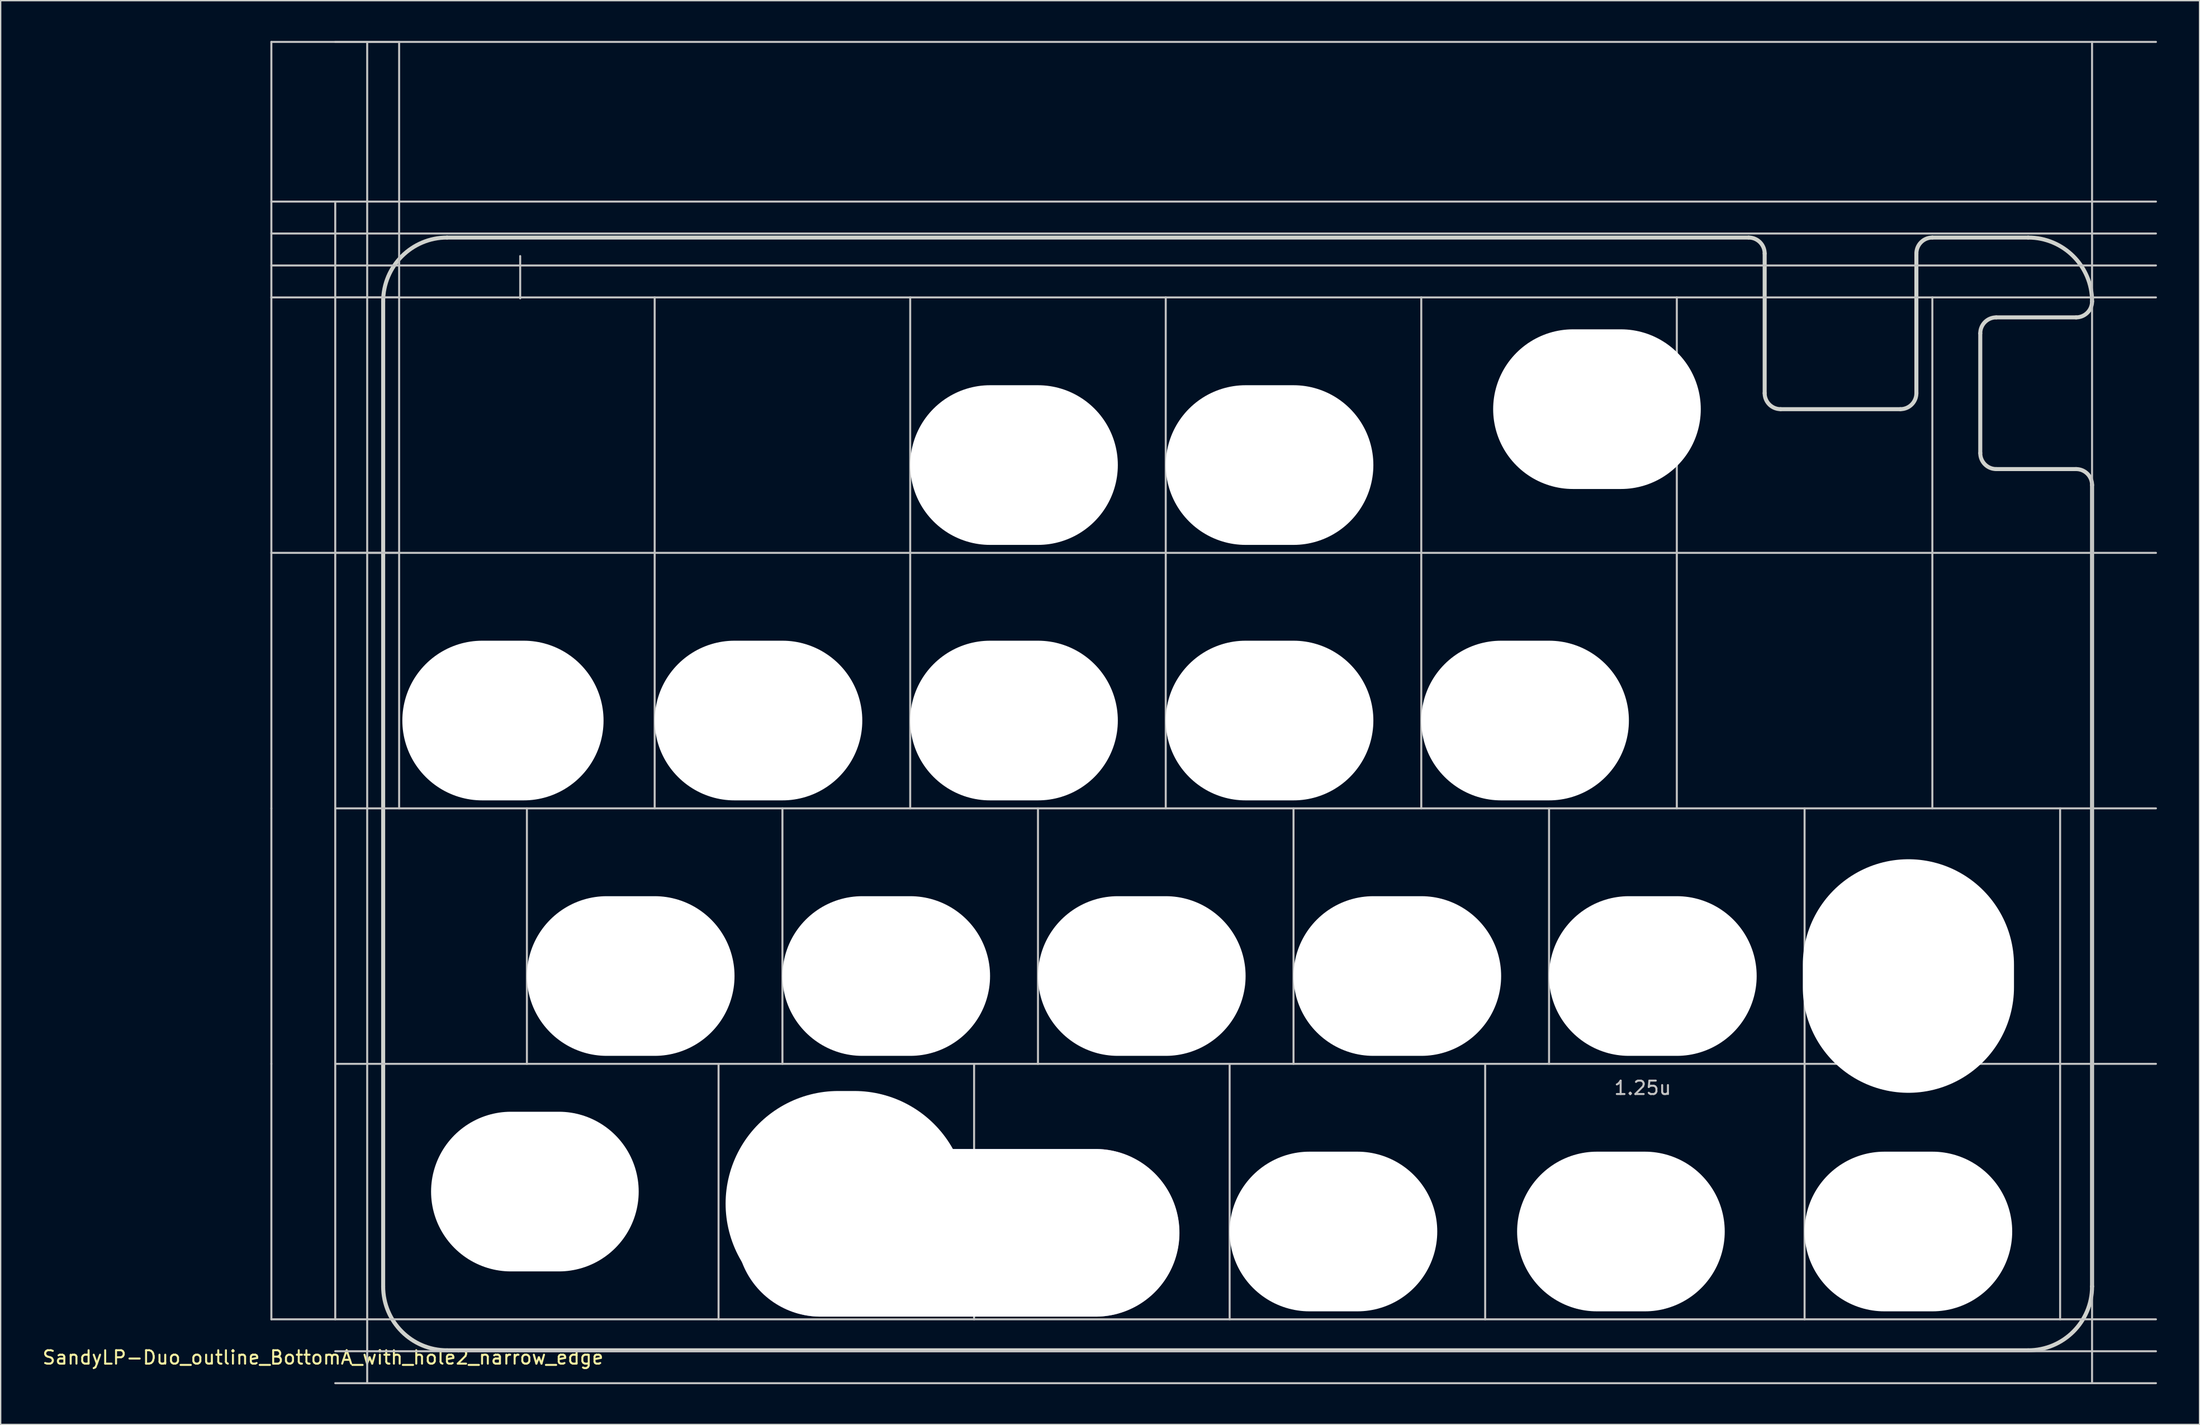
<source format=kicad_pcb>
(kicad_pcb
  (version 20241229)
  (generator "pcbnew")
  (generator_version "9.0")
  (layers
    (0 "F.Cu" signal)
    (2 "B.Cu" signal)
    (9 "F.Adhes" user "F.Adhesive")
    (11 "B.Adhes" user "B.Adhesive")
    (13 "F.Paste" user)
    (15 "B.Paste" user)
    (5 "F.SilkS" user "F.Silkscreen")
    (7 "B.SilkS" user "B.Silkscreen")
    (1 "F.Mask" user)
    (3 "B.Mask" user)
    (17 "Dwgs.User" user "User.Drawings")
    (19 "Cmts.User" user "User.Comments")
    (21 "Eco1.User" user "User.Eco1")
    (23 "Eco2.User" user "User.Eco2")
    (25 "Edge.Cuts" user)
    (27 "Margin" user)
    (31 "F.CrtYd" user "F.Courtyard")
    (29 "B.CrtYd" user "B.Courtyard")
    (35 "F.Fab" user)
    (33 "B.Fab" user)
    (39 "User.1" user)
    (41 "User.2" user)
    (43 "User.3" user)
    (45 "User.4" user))
  (footprint "SandyLP-Duo_outline_BottomA_with_hole2_narrow_edge"
    (layer "F.Cu")
    (at 157.674 66.75)
    (property "Reference" "SandyLP-Duo_outline_BottomA_with_hole2_narrow_edge" (at -136.644 31.425 0) (layer "F.SilkS") (effects (font (size 1 1) (thickness 0.15))))
    (attr through_hole)
    (fp_line (start -140.494 -66.675) (end -130.969 -66.675) (stroke (width 0.15) (type solid)) (layer "Dwgs.User"))
    (fp_line (start -140.494 -47.625) (end -140.494 -66.675) (stroke (width 0.15) (type solid)) (layer "Dwgs.User"))
    (fp_line (start -140.494 -47.625) (end -130.969 -47.625) (stroke (width 0.15) (type solid)) (layer "Dwgs.User"))
    (fp_line (start -140.494 -28.575) (end -140.494 -47.625) (stroke (width 0.15) (type solid)) (layer "Dwgs.User"))
    (fp_line (start -140.494 -28.575) (end -130.969 -28.575) (stroke (width 0.15) (type solid)) (layer "Dwgs.User"))
    (fp_line (start -140.494 -9.525) (end -140.494 -28.575) (stroke (width 0.15) (type solid)) (layer "Dwgs.User"))
    (fp_line (start -140.494 9.525) (end -140.494 -9.525) (stroke (width 0.15) (type solid)) (layer "Dwgs.User"))
    (fp_line (start -140.494 28.575) (end -140.494 9.525) (stroke (width 0.15) (type solid)) (layer "Dwgs.User"))
    (fp_line (start -135.731 28.575) (end -135.731 -54.769) (stroke (width 0.15) (type solid)) (layer "Dwgs.User"))
    (fp_line (start -133.35 33.337) (end -133.35 -66.675) (stroke (width 0.15) (type solid)) (layer "Dwgs.User"))
    (fp_line (start -130.969 -47.625) (end -130.969 -66.675) (stroke (width 0.15) (type solid)) (layer "Dwgs.User"))
    (fp_line (start -130.969 -28.575) (end -130.969 -47.625) (stroke (width 0.15) (type solid)) (layer "Dwgs.User"))
    (fp_line (start -130.969 -9.525) (end -130.969 -28.575) (stroke (width 0.15) (type solid)) (layer "Dwgs.User"))
    (fp_line (start -121.944 -50.706) (end -121.944 -47.556) (stroke (width 0.15) (type solid)) (layer "Dwgs.User"))
    (fp_line (start -121.444 9.525) (end -121.444 -9.525) (stroke (width 0.15) (type solid)) (layer "Dwgs.User"))
    (fp_line (start -111.919 -28.575) (end -111.919 -47.625) (stroke (width 0.15) (type solid)) (layer "Dwgs.User"))
    (fp_line (start -111.919 -9.525) (end -111.919 -28.575) (stroke (width 0.15) (type solid)) (layer "Dwgs.User"))
    (fp_line (start -107.156 28.575) (end -107.156 9.525) (stroke (width 0.15) (type solid)) (layer "Dwgs.User"))
    (fp_line (start -102.394 9.525) (end -102.394 -9.525) (stroke (width 0.15) (type solid)) (layer "Dwgs.User"))
    (fp_line (start -92.869 -28.575) (end -92.869 -47.625) (stroke (width 0.15) (type solid)) (layer "Dwgs.User"))
    (fp_line (start -92.869 -9.525) (end -92.869 -28.575) (stroke (width 0.15) (type solid)) (layer "Dwgs.User"))
    (fp_line (start -88.106 28.575) (end -88.106 9.525) (stroke (width 0.15) (type solid)) (layer "Dwgs.User"))
    (fp_line (start -83.344 9.525) (end -83.344 -9.525) (stroke (width 0.15) (type solid)) (layer "Dwgs.User"))
    (fp_line (start -73.819 -28.575) (end -73.819 -47.625) (stroke (width 0.15) (type solid)) (layer "Dwgs.User"))
    (fp_line (start -73.819 -9.525) (end -73.819 -28.575) (stroke (width 0.15) (type solid)) (layer "Dwgs.User"))
    (fp_line (start -69.056 28.575) (end -69.056 9.525) (stroke (width 0.15) (type solid)) (layer "Dwgs.User"))
    (fp_line (start -64.294 9.525) (end -64.294 -9.525) (stroke (width 0.15) (type solid)) (layer "Dwgs.User"))
    (fp_line (start -54.769 -28.575) (end -54.769 -47.625) (stroke (width 0.15) (type solid)) (layer "Dwgs.User"))
    (fp_line (start -54.769 -9.525) (end -54.769 -28.575) (stroke (width 0.15) (type solid)) (layer "Dwgs.User"))
    (fp_line (start -50.006 28.575) (end -50.006 9.525) (stroke (width 0.15) (type solid)) (layer "Dwgs.User"))
    (fp_line (start -45.244 9.525) (end -45.244 -9.525) (stroke (width 0.15) (type solid)) (layer "Dwgs.User"))
    (fp_line (start -35.719 -28.575) (end -35.719 -47.625) (stroke (width 0.15) (type solid)) (layer "Dwgs.User"))
    (fp_line (start -35.719 -9.525) (end -35.719 -28.575) (stroke (width 0.15) (type solid)) (layer "Dwgs.User"))
    (fp_line (start -26.194 9.525) (end -26.194 -9.525) (stroke (width 0.15) (type solid)) (layer "Dwgs.User"))
    (fp_line (start -26.194 28.575) (end -26.194 9.525) (stroke (width 0.15) (type solid)) (layer "Dwgs.User"))
    (fp_line (start -16.669 -28.575) (end -16.669 -47.625) (stroke (width 0.15) (type solid)) (layer "Dwgs.User"))
    (fp_line (start -16.669 -9.525) (end -16.669 -28.575) (stroke (width 0.15) (type solid)) (layer "Dwgs.User"))
    (fp_line (start -7.144 9.525) (end -7.144 -9.525) (stroke (width 0.15) (type solid)) (layer "Dwgs.User"))
    (fp_line (start -7.144 28.575) (end -7.144 9.525) (stroke (width 0.15) (type solid)) (layer "Dwgs.User"))
    (fp_line (start -4.763 33.337) (end -4.763 -66.675) (stroke (width 0.15) (type solid)) (layer "Dwgs.User"))
    (fp_line (start 0 -66.675) (end -135.731 -66.675) (stroke (width 0.15) (type solid)) (layer "Dwgs.User"))
    (fp_line (start 0 -54.769) (end -140.494 -54.769) (stroke (width 0.15) (type solid)) (layer "Dwgs.User"))
    (fp_line (start 0 -52.388) (end -140.494 -52.388) (stroke (width 0.15) (type solid)) (layer "Dwgs.User"))
    (fp_line (start 0 -50.006) (end -140.494 -50.006) (stroke (width 0.15) (type solid)) (layer "Dwgs.User"))
    (fp_line (start 0 -47.625) (end -135.731 -47.625) (stroke (width 0.15) (type solid)) (layer "Dwgs.User"))
    (fp_line (start 0 -28.575) (end -135.731 -28.575) (stroke (width 0.15) (type solid)) (layer "Dwgs.User"))
    (fp_line (start 0 -9.525) (end -135.731 -9.525) (stroke (width 0.15) (type solid)) (layer "Dwgs.User"))
    (fp_line (start 0 9.525) (end -135.731 9.525) (stroke (width 0.15) (type solid)) (layer "Dwgs.User"))
    (fp_line (start 0 28.575) (end -140.494 28.575) (stroke (width 0.15) (type solid)) (layer "Dwgs.User"))
    (fp_line (start 0 30.956) (end -135.731 30.956) (stroke (width 0.15) (type solid)) (layer "Dwgs.User"))
    (fp_line (start 0 33.337) (end -135.731 33.337) (stroke (width 0.15) (type solid)) (layer "Dwgs.User"))
    (fp_line (start -132.159 26.123) (end -132.159 -47.325) (stroke (width 0.3) (type solid)) (layer "Edge.Cuts"))
    (fp_line (start -30.361 -52.088) (end -127.397 -52.088) (stroke (width 0.3) (type solid)) (layer "Edge.Cuts"))
    (fp_line (start -29.17 -40.481) (end -29.17 -50.897) (stroke (width 0.3) (type default)) (layer "Edge.Cuts"))
    (fp_line (start -19.05 -39.291) (end -27.98 -39.291) (stroke (width 0.3) (type default)) (layer "Edge.Cuts"))
    (fp_line (start -17.859 -50.897) (end -17.859 -40.481) (stroke (width 0.3) (type default)) (layer "Edge.Cuts"))
    (fp_line (start -13.097 -36.014) (end -13.097 -44.944) (stroke (width 0.3) (type default)) (layer "Edge.Cuts"))
    (fp_line (start -11.906 -46.134) (end -5.953 -46.134) (stroke (width 0.3) (type default)) (layer "Edge.Cuts"))
    (fp_line (start -9.525 -52.088) (end -16.669 -52.088) (stroke (width 0.3) (type solid)) (layer "Edge.Cuts"))
    (fp_line (start -9.525 30.886) (end -127.397 30.886) (stroke (width 0.3) (type solid)) (layer "Edge.Cuts"))
    (fp_line (start -5.953 -34.823) (end -11.906 -34.823) (stroke (width 0.3) (type default)) (layer "Edge.Cuts"))
    (fp_line (start -4.763 26.123) (end -4.763 -33.633) (stroke (width 0.3) (type solid)) (layer "Edge.Cuts"))
    (fp_arc (start -132.159486 -47.32504) (mid -130.764582 -50.692636) (end -127.396986 -52.08754) (stroke (width 0.3) (type default)) (layer "Edge.Cuts"))
    (fp_arc (start -127.396986 30.885971) (mid -130.764582 29.491067) (end -132.159486 26.123471) (stroke (width 0.3) (type default)) (layer "Edge.Cuts"))
    (fp_arc (start -30.360962 -52.08754) (mid -29.519063 -51.738814) (end -29.170337 -50.896915) (stroke (width 0.3) (type default)) (layer "Edge.Cuts"))
    (fp_arc (start -27.979712 -39.290625) (mid -28.821611 -39.639351) (end -29.170337 -40.48125) (stroke (width 0.3) (type default)) (layer "Edge.Cuts"))
    (fp_arc (start -17.859375 -50.896915) (mid -17.510649 -51.738814) (end -16.66875 -52.08754) (stroke (width 0.3) (type default)) (layer "Edge.Cuts"))
    (fp_arc (start -17.859375 -40.48125) (mid -18.208101 -39.639351) (end -19.05 -39.290625) (stroke (width 0.3) (type default)) (layer "Edge.Cuts"))
    (fp_arc (start -13.096885 -44.94379) (mid -12.748159 -45.785689) (end -11.90626 -46.134415) (stroke (width 0.3) (type default)) (layer "Edge.Cuts"))
    (fp_arc (start -11.90626 -34.823453) (mid -12.748159 -35.172179) (end -13.096885 -36.014078) (stroke (width 0.3) (type default)) (layer "Edge.Cuts"))
    (fp_arc (start -9.525004 -52.08754) (mid -6.15741 -50.692634) (end -4.762504 -47.32504) (stroke (width 0.3) (type default)) (layer "Edge.Cuts"))
    (fp_arc (start -5.953129 -34.823453) (mid -5.11123 -34.474727) (end -4.762504 -33.632828) (stroke (width 0.3) (type default)) (layer "Edge.Cuts"))
    (fp_arc (start -4.762504 -47.32504) (mid -5.11123 -46.483141) (end -5.953129 -46.134415) (stroke (width 0.3) (type default)) (layer "Edge.Cuts"))
    (fp_arc (start -4.762504 26.123471) (mid -6.157413 29.491062) (end -9.525004 30.885971) (stroke (width 0.3) (type default)) (layer "Edge.Cuts"))
    (fp_text user "1.25u" (at -40.481 11.906 0) (unlocked yes) (layer "Dwgs.User") (effects (font (size 1 1) (thickness 0.15)) (justify left bottom)))
    (pad "" np_thru_hole oval (at -123.23 -16.073) (size 15 11.906) (drill oval 15 11.906) (layers "*.Cu" "*.Mask"))
    (pad "" np_thru_hole oval (at -120.849 19.05) (size 15.478 11.906) (drill oval 15.478 11.906) (layers "*.Cu" "*.Mask"))
    (pad "" np_thru_hole oval (at -113.705 2.977) (size 15.478 11.906) (drill oval 15.478 11.906) (layers "*.Cu" "*.Mask"))
    (pad "" np_thru_hole oval (at -104.18 -16.073) (size 15.478 11.906) (drill oval 15.478 11.906) (layers "*.Cu" "*.Mask"))
    (pad "" np_thru_hole oval (at -97.631 19.95) (size 18 16.8) (drill oval 18 16.8) (layers "*.Cu" "*.Mask"))
    (pad "" np_thru_hole oval (at -94.655 2.977) (size 15.478 11.906) (drill oval 15.478 11.906) (layers "*.Cu" "*.Mask"))
    (pad "" np_thru_hole oval (at -89.297 22.125) (size 33 12.5) (drill oval 33 12.5 (offset -0.013 0)) (layers "*.Cu" "*.Mask"))
    (pad "" np_thru_hole oval (at -85.13 -35.123) (size 15.478 11.906) (drill oval 15.478 11.906) (layers "*.Cu" "*.Mask"))
    (pad "" np_thru_hole oval (at -85.13 -16.073) (size 15.478 11.906) (drill oval 15.478 11.906) (layers "*.Cu" "*.Mask"))
    (pad "" np_thru_hole oval (at -75.605 2.977) (size 15.478 11.906) (drill oval 15.478 11.906) (layers "*.Cu" "*.Mask"))
    (pad "" np_thru_hole oval (at -66.08 -35.123) (size 15.478 11.906) (drill oval 15.478 11.906) (layers "*.Cu" "*.Mask"))
    (pad "" np_thru_hole oval (at -66.08 -16.073) (size 15.478 11.906) (drill oval 15.478 11.906) (layers "*.Cu" "*.Mask"))
    (pad "" np_thru_hole oval (at -61.317 22.027) (size 15.478 11.906) (drill oval 15.478 11.906) (layers "*.Cu" "*.Mask"))
    (pad "" np_thru_hole oval (at -56.555 2.977) (size 15.478 11.906) (drill oval 15.478 11.906) (layers "*.Cu" "*.Mask"))
    (pad "" np_thru_hole oval (at -47.03 -16.073) (size 15.478 11.906) (drill oval 15.478 11.906) (layers "*.Cu" "*.Mask"))
    (pad "" np_thru_hole oval (at -41.672 -39.291) (size 15.478 11.906) (drill oval 15.478 11.906) (layers "*.Cu" "*.Mask"))
    (pad "" np_thru_hole oval (at -39.886 22.027) (size 15.478 11.906) (drill oval 15.478 11.906) (layers "*.Cu" "*.Mask"))
    (pad "" np_thru_hole oval (at -37.505 2.977) (size 15.478 11.906) (drill oval 15.478 11.906) (layers "*.Cu" "*.Mask"))
    (pad "" np_thru_hole oval (at -18.455 2.977) (size 15.743 17.415) (drill oval 15.743 17.415) (layers "*.Cu" "*.Mask"))
    (pad "" np_thru_hole oval (at -18.455 22.027) (size 15.478 11.906) (drill oval 15.478 11.906) (layers "*.Cu" "*.Mask")))
  (gr_rect
    (start -3 -3)
    (end 160.924 103.162)
    (stroke (width 0.1) (type default))
    (fill no)
    (layer "Edge.Cuts")))
</source>
